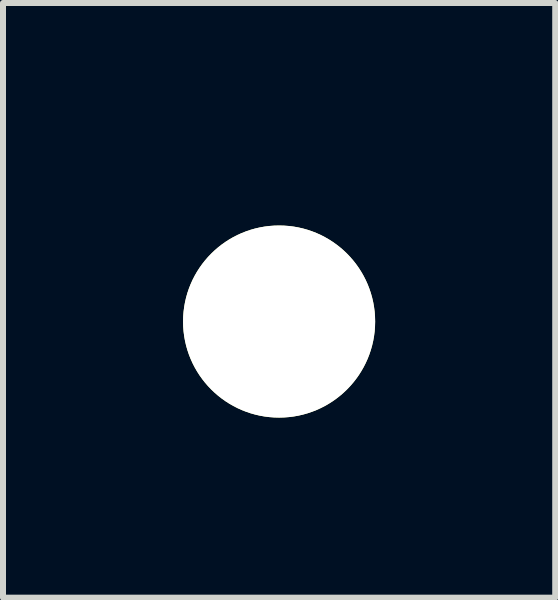
<source format=kicad_pcb>
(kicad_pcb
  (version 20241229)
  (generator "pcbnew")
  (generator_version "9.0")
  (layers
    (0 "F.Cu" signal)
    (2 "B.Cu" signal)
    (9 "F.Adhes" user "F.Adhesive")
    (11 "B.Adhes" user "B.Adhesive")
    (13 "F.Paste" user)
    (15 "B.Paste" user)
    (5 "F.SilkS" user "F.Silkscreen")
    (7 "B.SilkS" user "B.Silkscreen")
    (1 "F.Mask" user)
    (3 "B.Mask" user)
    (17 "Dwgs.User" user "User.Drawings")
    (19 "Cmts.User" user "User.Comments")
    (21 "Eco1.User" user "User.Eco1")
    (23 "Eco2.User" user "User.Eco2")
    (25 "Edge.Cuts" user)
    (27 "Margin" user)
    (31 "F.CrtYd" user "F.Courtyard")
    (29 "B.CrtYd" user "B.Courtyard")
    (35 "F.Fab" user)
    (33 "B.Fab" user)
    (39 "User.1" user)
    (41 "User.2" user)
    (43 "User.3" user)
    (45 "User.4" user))
  (footprint "HOLE_M3"
    (layer "F.Cu")
    (at 1.6 2.307)
    (property "Reference" "HOLE_M3" (at 0 -2 0) (layer "Eco2.User") (effects (font (size 0.3 0.3) (thickness 0.075))))
    (attr through_hole)
    (pad "" np_thru_hole circle (at 0 0) (size 3.2 3.2) (drill 3.2) (layers "*.Cu" "*.Mask" "F.SilkS")))
  (gr_rect
    (start -3 -3)
    (end 6.2 6.907)
    (stroke (width 0.1) (type default))
    (fill no)
    (layer "Edge.Cuts")))
</source>
